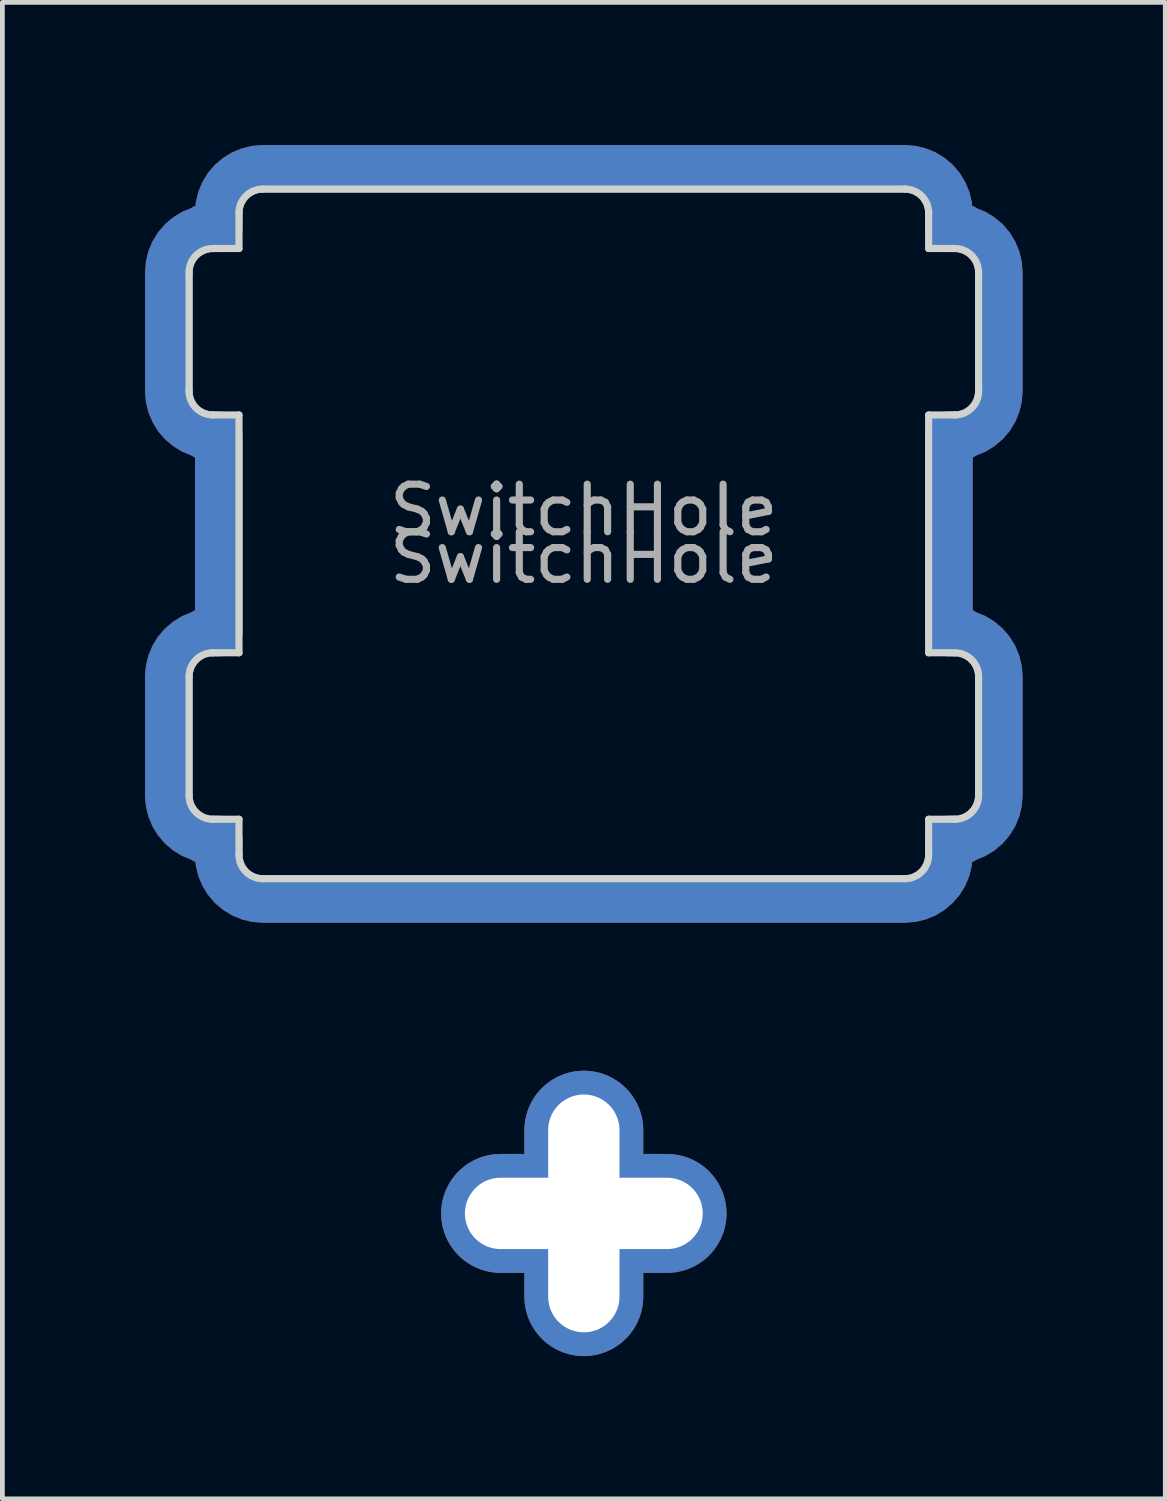
<source format=kicad_pcb>
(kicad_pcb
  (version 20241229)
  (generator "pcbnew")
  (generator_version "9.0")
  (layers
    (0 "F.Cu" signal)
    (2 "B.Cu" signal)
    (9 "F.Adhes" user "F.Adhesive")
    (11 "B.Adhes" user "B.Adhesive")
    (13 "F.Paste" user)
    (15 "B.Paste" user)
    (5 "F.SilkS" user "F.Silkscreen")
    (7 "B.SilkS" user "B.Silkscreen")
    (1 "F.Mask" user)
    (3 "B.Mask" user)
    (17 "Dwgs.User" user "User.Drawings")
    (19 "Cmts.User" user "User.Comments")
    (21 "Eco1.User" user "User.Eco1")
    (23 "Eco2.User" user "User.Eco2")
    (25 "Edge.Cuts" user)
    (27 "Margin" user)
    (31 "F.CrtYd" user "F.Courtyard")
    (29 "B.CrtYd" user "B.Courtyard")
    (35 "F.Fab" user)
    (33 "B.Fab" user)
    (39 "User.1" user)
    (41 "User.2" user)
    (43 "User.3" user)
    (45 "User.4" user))
  (footprint "SwitchHole"
    (layer "F.Cu")
    (at 9.225 8.175)
    (property "Reference" "SwitchHole" (at 0 0.5 0) (layer "F.Fab") (effects (font (size 1 1) (thickness 0.15))))
    (attr through_hole)
    (fp_line (start -8.3 -5.5) (end -8.3 -3) (stroke (width 0.15) (type solid)) (layer "Edge.Cuts"))
    (fp_line (start -8.3 3) (end -8.3 5.5) (stroke (width 0.15) (type solid)) (layer "Edge.Cuts"))
    (fp_line (start -7.25 -6.75) (end -7.25 -6) (stroke (width 0.15) (type solid)) (layer "Edge.Cuts"))
    (fp_line (start -7.25 -6) (end -7.8 -6) (stroke (width 0.15) (type solid)) (layer "Edge.Cuts"))
    (fp_line (start -7.25 -2.5) (end -7.8 -2.5) (stroke (width 0.15) (type solid)) (layer "Edge.Cuts"))
    (fp_line (start -7.25 -2.5) (end -7.25 2.5) (stroke (width 0.15) (type solid)) (layer "Edge.Cuts"))
    (fp_line (start -7.25 2.5) (end -7.8 2.5) (stroke (width 0.15) (type solid)) (layer "Edge.Cuts"))
    (fp_line (start -7.25 6) (end -7.8 6) (stroke (width 0.15) (type solid)) (layer "Edge.Cuts"))
    (fp_line (start -7.25 6) (end -7.25 6.75) (stroke (width 0.15) (type solid)) (layer "Edge.Cuts"))
    (fp_line (start -6.75 7.25) (end 6.75 7.25) (stroke (width 0.15) (type solid)) (layer "Edge.Cuts"))
    (fp_line (start 6.75 -7.25) (end -6.75 -7.25) (stroke (width 0.15) (type solid)) (layer "Edge.Cuts"))
    (fp_line (start 7.25 -6) (end 7.25 -6.75) (stroke (width 0.15) (type solid)) (layer "Edge.Cuts"))
    (fp_line (start 7.25 -6) (end 7.8 -6) (stroke (width 0.15) (type solid)) (layer "Edge.Cuts"))
    (fp_line (start 7.25 -2.5) (end 7.8 -2.5) (stroke (width 0.15) (type solid)) (layer "Edge.Cuts"))
    (fp_line (start 7.25 2.5) (end 7.25 -2.5) (stroke (width 0.15) (type solid)) (layer "Edge.Cuts"))
    (fp_line (start 7.25 2.5) (end 7.8 2.5) (stroke (width 0.15) (type solid)) (layer "Edge.Cuts"))
    (fp_line (start 7.25 6) (end 7.8 6) (stroke (width 0.15) (type solid)) (layer "Edge.Cuts"))
    (fp_line (start 7.25 6.75) (end 7.25 6) (stroke (width 0.15) (type solid)) (layer "Edge.Cuts"))
    (fp_line (start 8.3 -3) (end 8.3 -5.5) (stroke (width 0.15) (type solid)) (layer "Edge.Cuts"))
    (fp_line (start 8.3 5.5) (end 8.3 3) (stroke (width 0.15) (type solid)) (layer "Edge.Cuts"))
    (fp_arc (start -8.3 -5.5) (mid -8.153553 -5.853553) (end -7.8 -6) (stroke (width 0.15) (type solid)) (layer "Edge.Cuts"))
    (fp_arc (start -8.3 3) (mid -8.153553 2.646447) (end -7.8 2.5) (stroke (width 0.15) (type solid)) (layer "Edge.Cuts"))
    (fp_arc (start -7.8 -2.5) (mid -8.153553 -2.646447) (end -8.3 -3) (stroke (width 0.15) (type solid)) (layer "Edge.Cuts"))
    (fp_arc (start -7.8 6) (mid -8.153553 5.853553) (end -8.3 5.5) (stroke (width 0.15) (type solid)) (layer "Edge.Cuts"))
    (fp_arc (start -7.25 -6.75) (mid -7.103553 -7.103553) (end -6.75 -7.25) (stroke (width 0.15) (type solid)) (layer "Edge.Cuts"))
    (fp_arc (start -6.75 7.25) (mid -7.103553 7.103553) (end -7.25 6.75) (stroke (width 0.15) (type solid)) (layer "Edge.Cuts"))
    (fp_arc (start 6.75 -7.25) (mid 7.103553 -7.103553) (end 7.25 -6.75) (stroke (width 0.15) (type solid)) (layer "Edge.Cuts"))
    (fp_arc (start 7.25 6.75) (mid 7.103553 7.103553) (end 6.75 7.25) (stroke (width 0.15) (type solid)) (layer "Edge.Cuts"))
    (fp_arc (start 7.8 -6) (mid 8.153553 -5.853553) (end 8.3 -5.5) (stroke (width 0.15) (type solid)) (layer "Edge.Cuts"))
    (fp_arc (start 7.8 2.5) (mid 8.153553 2.646447) (end 8.3 3) (stroke (width 0.15) (type solid)) (layer "Edge.Cuts"))
    (fp_arc (start 8.3 -3) (mid 8.153553 -2.646447) (end 7.8 -2.5) (stroke (width 0.15) (type solid)) (layer "Edge.Cuts"))
    (fp_arc (start 8.3 5.5) (mid 8.153553 5.853553) (end 7.8 6) (stroke (width 0.15) (type solid)) (layer "Edge.Cuts"))
    (fp_text user "SwitchHole" (at 0 -0.5 0) (layer "F.Fab") (effects (font (size 1 1) (thickness 0.15))))
    (pad "1" smd custom (at -6.525 -7.675) (size 0.8 0.8) (layers "B.Cu" "B.Mask") (options (anchor circle)) (primitives (gr_arc (start 13.275 0) (mid 13.929074 0.270926) (end 14.2 0.925) (width 1)) (gr_line (start 14.2 5.6) (end 14.525 5.6) (width 1)) (gr_line (start 15.25 13.175) (end 15.25 10.675) (width 1)) (gr_arc (start 15.25 4.675) (mid 14.979074 5.329074) (end 14.325 5.6) (width 1)) (gr_arc (start 14.2 14.425) (mid 13.929074 15.079074) (end 13.275 15.35) (width 1)) (gr_line (start -1.15 14.425) (end -1.15 14.1) (width 1)) (gr_line (start 14.2 9.75) (end 14.525 9.75) (width 1)) (gr_line (start 14.2 5.6) (end 14.2 9.75) (width 1)) (gr_line (start -1.15 14.1) (end -1.475 14.1) (width 1)) (gr_line (start 13.275 0) (end -0.225 0) (width 1)) (gr_arc (start 14.325 9.75) (mid 14.979074 10.020926) (end 15.25 10.675) (width 1)) (gr_line (start 13.275 15.35) (end -0.225 15.35) (width 1)) (gr_arc (start -0.225 15.35) (mid -0.879074 15.079074) (end -1.15 14.425) (width 1)) (gr_line (start 14.2 14.1) (end 14.2 14.425) (width 1)) (gr_arc (start 14.325 1.25) (mid 14.979074 1.520926) (end 15.25 2.175) (width 1)) (gr_line (start -1.15 5.6) (end -1.475 5.6) (width 1)) (gr_arc (start -1.15 0.925) (mid -0.879074 0.270926) (end -0.225 0) (width 1)) (gr_line (start 15.25 4.675) (end 15.25 2.175) (width 1)) (gr_line (start -1.15 9.75) (end -1.15 5.6) (width 1)) (gr_arc (start -2.2 2.175) (mid -1.929074 1.520926) (end -1.275 1.25) (width 1)) (gr_line (start 14.2 1.25) (end 14.525 1.25) (width 1)) (gr_line (start -1.15 9.75) (end -1.475 9.75) (width 1)) (gr_line (start -1.15 1.25) (end -1.475 1.25) (width 1)) (gr_arc (start -1.275 14.1) (mid -1.929074 13.829074) (end -2.2 13.175) (width 1)) (gr_arc (start 15.25 13.175) (mid 14.979074 13.829074) (end 14.325 14.1) (width 1)) (gr_line (start 14.2 0.925) (end 14.2 1.25) (width 1)) (gr_line (start -2.2 2.175) (end -2.2 4.675) (width 1)) (gr_line (start 14.2 14.1) (end 14.525 14.1) (width 1)) (gr_line (start -2.2 10.675) (end -2.2 13.175) (width 1)) (gr_arc (start -1.275 5.6) (mid -1.929074 5.329074) (end -2.2 4.675) (width 1)) (gr_line (start -1.15 1.25) (end -1.15 0.925) (width 1)) (gr_arc (start -2.2 10.675) (mid -1.929074 10.020926) (end -1.275 9.75) (width 1))))
    (pad "1" smd custom (at -6.5 -7.675) (size 0.8 0.8) (layers "F.Cu" "F.Mask") (options (anchor circle)) (primitives (gr_line (start -1.175 14.1) (end -1.5 14.1) (width 1)) (gr_line (start -2.225 13.175) (end -2.225 10.675) (width 1)) (gr_line (start -1.175 5.6) (end -1.5 5.6) (width 1)) (gr_arc (start -2.225 2.175) (mid -1.954074 1.520926) (end -1.3 1.25) (width 1)) (gr_arc (start -1.3 5.6) (mid -1.954074 5.329074) (end -2.225 4.675) (width 1)) (gr_arc (start -2.225 10.675) (mid -1.954074 10.020926) (end -1.3 9.75) (width 1)) (gr_line (start -1.175 5.6) (end -1.175 9.75) (width 1)) (gr_line (start 13.25 15.35) (end -0.25 15.35) (width 1)) (gr_line (start 14.175 14.425) (end 14.175 14.1) (width 1)) (gr_line (start -1.175 9.75) (end -1.5 9.75) (width 1)) (gr_line (start -2.225 4.675) (end -2.225 2.175) (width 1)) (gr_line (start -1.175 1.25) (end -1.5 1.25) (width 1)) (gr_arc (start -1.175 0.925) (mid -0.904074 0.270926) (end -0.25 0) (width 1)) (gr_line (start -1.175 0.925) (end -1.175 1.25) (width 1)) (gr_arc (start -1.3 14.1) (mid -1.954074 13.829074) (end -2.225 13.175) (width 1)) (gr_arc (start -0.25 15.35) (mid -0.904074 15.079074) (end -1.175 14.425) (width 1)) (gr_line (start -1.175 14.1) (end -1.175 14.425) (width 1)) (gr_line (start 15.225 10.675) (end 15.225 13.175) (width 1)) (gr_line (start 13.25 0) (end -0.25 0) (width 1)) (gr_line (start 14.175 1.25) (end 14.5 1.25) (width 1)) (gr_arc (start 15.225 4.675) (mid 14.954074 5.329074) (end 14.3 5.6) (width 1)) (gr_arc (start 13.25 0) (mid 13.904074 0.270926) (end 14.175 0.925) (width 1)) (gr_line (start 14.175 14.1) (end 14.5 14.1) (width 1)) (gr_line (start 14.175 5.6) (end 14.5 5.6) (width 1)) (gr_line (start 15.225 2.175) (end 15.225 4.675) (width 1)) (gr_arc (start 14.3 1.25) (mid 14.954074 1.520926) (end 15.225 2.175) (width 1)) (gr_line (start 14.175 1.25) (end 14.175 0.925) (width 1)) (gr_arc (start 14.3 9.75) (mid 14.954074 10.020926) (end 15.225 10.675) (width 1)) (gr_line (start 14.175 9.75) (end 14.175 5.6) (width 1)) (gr_arc (start 15.225 13.175) (mid 14.954074 13.829074) (end 14.3 14.1) (width 1)) (gr_line (start 14.175 9.75) (end 14.5 9.75) (width 1)) (gr_arc (start 14.175 14.425) (mid 13.904074 15.079074) (end 13.25 15.35) (width 1))))
    (pad "1" thru_hole oval (at 0 14.287) (size 6 2.5) (drill oval 5 1.5) (layers "*.Cu" "*.Mask"))
    (pad "1" thru_hole oval (at 0 14.287 90) (size 6 2.5) (drill oval 5 1.5) (layers "*.Cu" "*.Mask")))
  (gr_rect
    (start -3 -3)
    (end 21.45 28.463)
    (stroke (width 0.1) (type default))
    (fill no)
    (layer "Edge.Cuts")))
</source>
